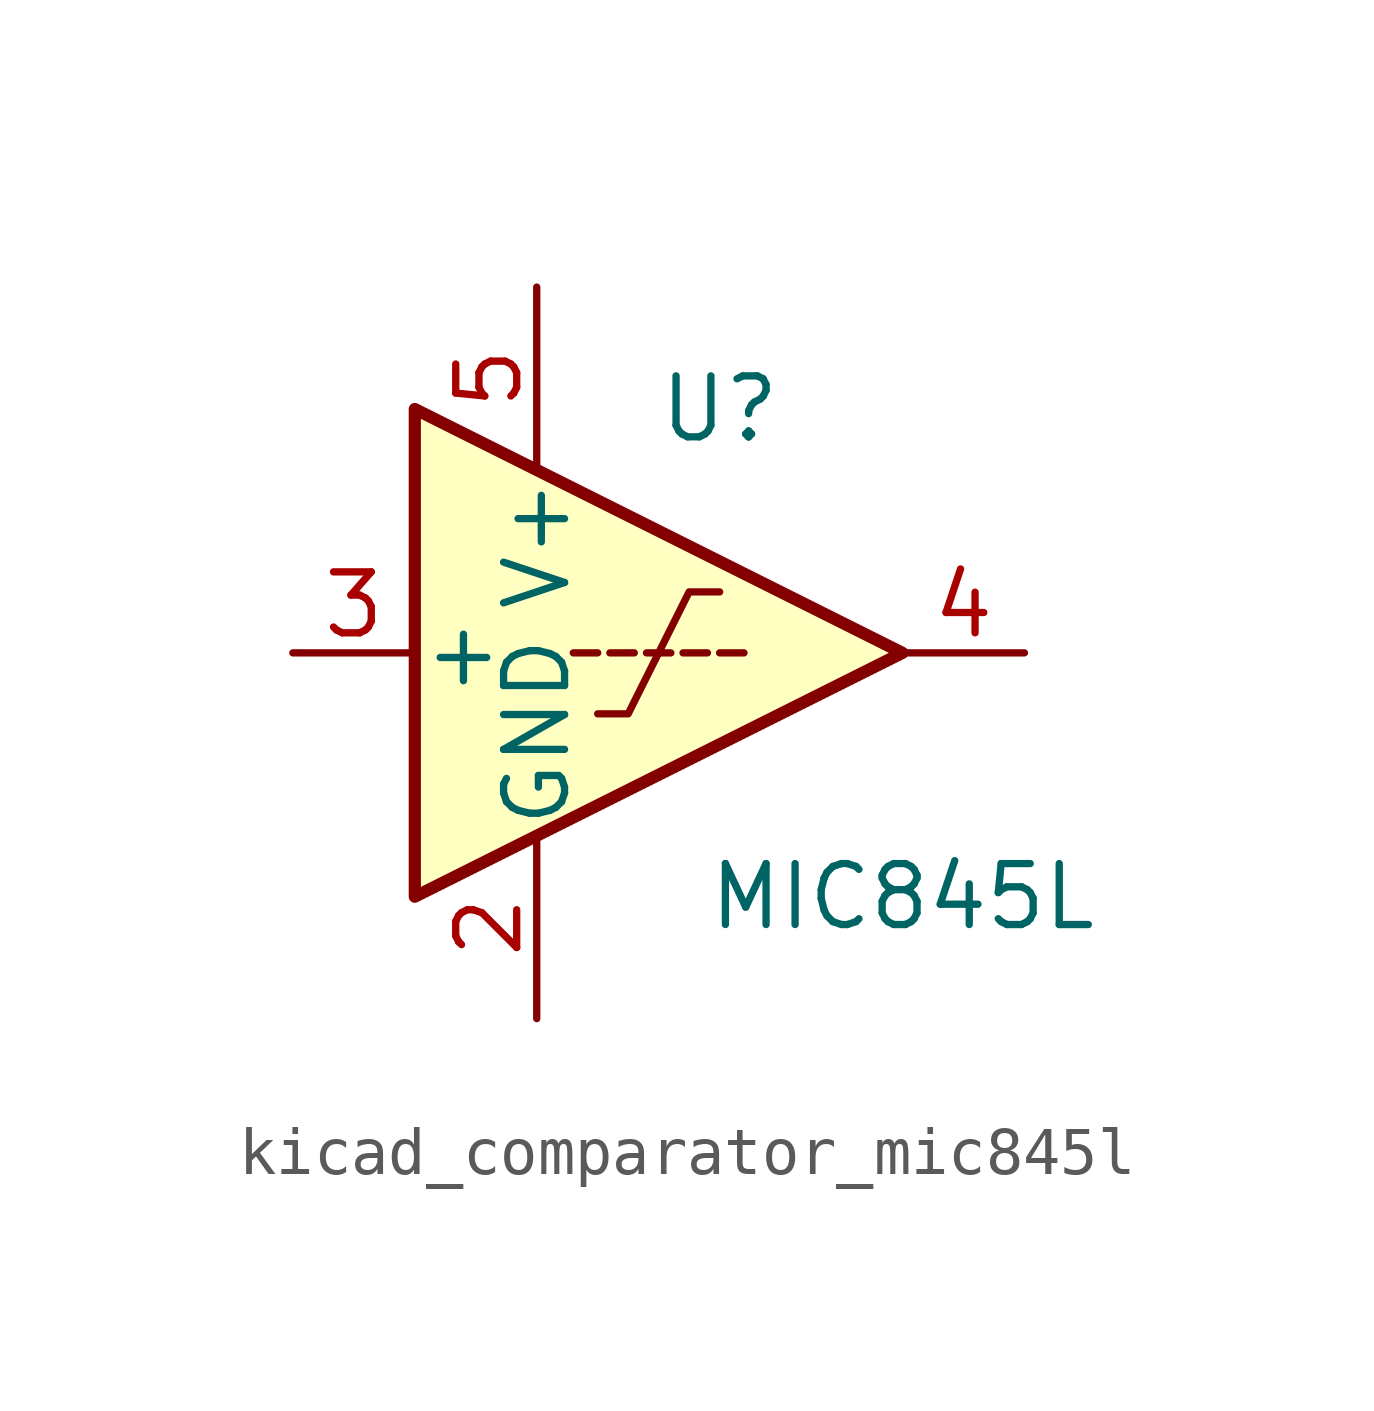
<source format=kicad_sym>
(kicad_symbol_lib
  (version 20220914)
  (generator kicad_symbol_editor)
  (symbol "kicad_comparator_mic845l"
    (pin_names
      (offset 0.127))
    (property "Reference" "U"
      (at 3.81 5.08 0)
      (effects (font (size 1.27 1.27))))
    (property "Value" "MIC845L"
      (at 7.62 -5.08 0)
      (effects (font (size 1.27 1.27))))
    (symbol "kicad_comparator_mic845l_0_1"
      (polyline (pts (xy 1.27 0) (xy 0.762 0)) (stroke (width 0) (type default)) (fill (type none)))
      (polyline (pts (xy 2.032 0) (xy 1.524 0)) (stroke (width 0) (type default)) (fill (type none)))
      (polyline (pts (xy 2.286 0) (xy 2.794 0)) (stroke (width 0) (type default)) (fill (type none)))
      (polyline (pts (xy 3.048 0) (xy 3.556 0)) (stroke (width 0) (type default)) (fill (type none)))
      (polyline (pts (xy 3.81 0) (xy 4.318 0)) (stroke (width 0) (type default)) (fill (type none)))
      (polyline (pts (xy -2.54 5.08) (xy 7.62 0) (xy -2.54 -5.08) (xy -2.54 5.08)) (stroke (width 0.254) (type default)) (fill (type background)))
      (polyline (pts (xy 1.27 -1.27) (xy 1.905 -1.27) (xy 3.175 1.27) (xy 3.81 1.27)) (stroke (width 0) (type default)) (fill (type none))))
    (symbol "kicad_comparator_mic845l_1_1"
      (pin no_connect line (at -2.54 0 0) (length 2.54) hide (name "NIC" (effects (font (size 1.27 1.27)))) (number "1" (effects (font (size 1.27 1.27)))))
      (pin power_in line (at 0 -7.62 90) (length 3.81) (name "GND" (effects (font (size 1.27 1.27)))) (number "2" (effects (font (size 1.27 1.27)))))
      (pin input line (at -5.08 0 0) (length 2.54) (name "+" (effects (font (size 1.27 1.27)))) (number "3" (effects (font (size 1.27 1.27)))))
      (pin output line (at 10.16 0 180) (length 2.54) (name "~" (effects (font (size 1.27 1.27)))) (number "4" (effects (font (size 1.27 1.27)))))
      (pin power_in line (at 0 7.62 270) (length 3.81) (name "V+" (effects (font (size 1.27 1.27)))) (number "5" (effects (font (size 1.27 1.27))))))))
</source>
